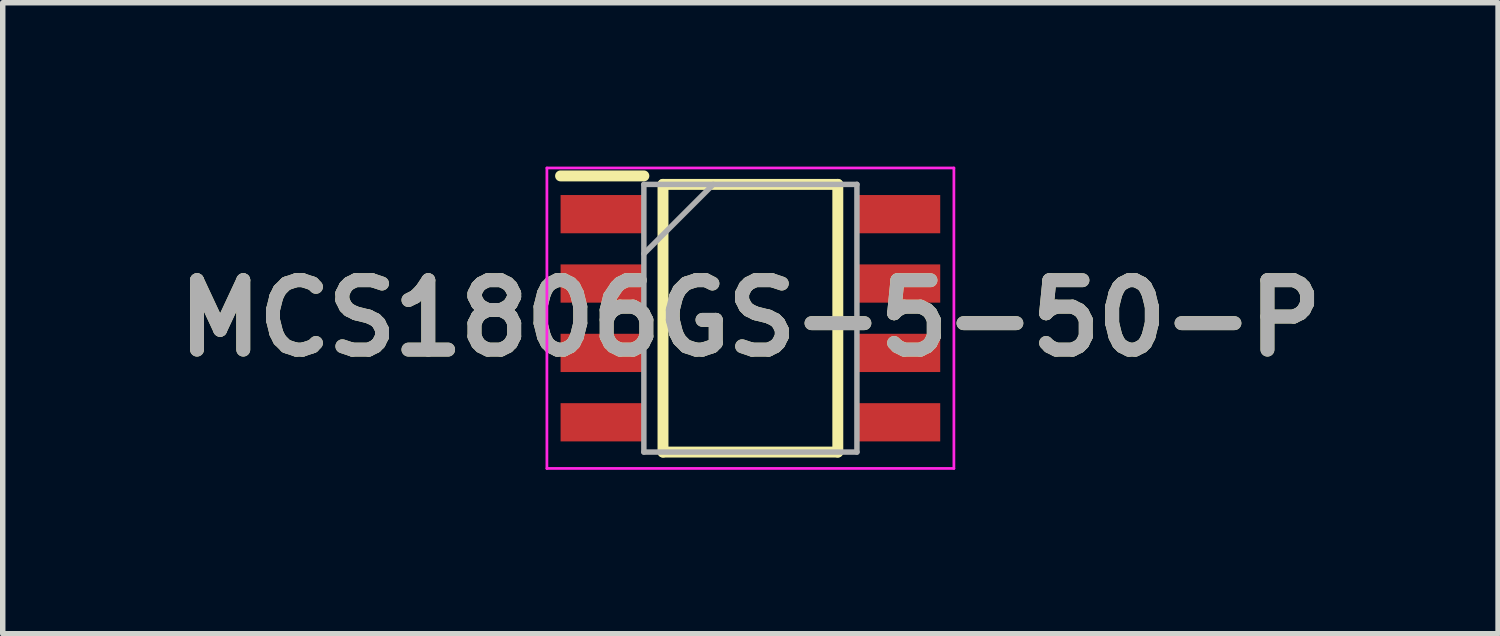
<source format=kicad_pcb>
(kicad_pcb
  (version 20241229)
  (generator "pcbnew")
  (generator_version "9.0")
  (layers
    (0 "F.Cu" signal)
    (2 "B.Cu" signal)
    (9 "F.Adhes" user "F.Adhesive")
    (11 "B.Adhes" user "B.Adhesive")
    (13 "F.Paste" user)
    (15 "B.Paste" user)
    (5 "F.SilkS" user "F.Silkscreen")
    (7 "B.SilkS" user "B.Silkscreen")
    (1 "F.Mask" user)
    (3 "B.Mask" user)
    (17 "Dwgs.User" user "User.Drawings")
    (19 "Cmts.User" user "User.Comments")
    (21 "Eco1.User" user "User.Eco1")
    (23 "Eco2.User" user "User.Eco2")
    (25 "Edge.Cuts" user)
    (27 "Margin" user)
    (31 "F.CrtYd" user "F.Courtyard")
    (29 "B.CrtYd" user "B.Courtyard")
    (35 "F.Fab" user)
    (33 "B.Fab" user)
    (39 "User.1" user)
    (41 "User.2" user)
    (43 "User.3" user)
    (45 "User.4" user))
  (footprint "MCS1806GS-5-50-P"
    (layer "F.Cu")
    (at 10.686 2.775)
    (property "Reference" "MCS1806GS-5-50-P" (at 0 0 0) (layer "F.SilkS") (effects (font (size 1.27 1.27) (thickness 0.254))))
    (attr smd)
    (fp_line (start -3.475 -2.605) (end -1.95 -2.605) (stroke (width 0.2) (type solid)) (layer "F.SilkS"))
    (fp_line (start -1.6 -2.45) (end 1.6 -2.45) (stroke (width 0.2) (type solid)) (layer "F.SilkS"))
    (fp_line (start -1.6 2.45) (end -1.6 -2.45) (stroke (width 0.2) (type solid)) (layer "F.SilkS"))
    (fp_line (start 1.6 -2.45) (end 1.6 2.45) (stroke (width 0.2) (type solid)) (layer "F.SilkS"))
    (fp_line (start 1.6 2.45) (end -1.6 2.45) (stroke (width 0.2) (type solid)) (layer "F.SilkS"))
    (fp_line (start -3.725 -2.75) (end 3.725 -2.75) (stroke (width 0.05) (type solid)) (layer "F.CrtYd"))
    (fp_line (start -3.725 2.75) (end -3.725 -2.75) (stroke (width 0.05) (type solid)) (layer "F.CrtYd"))
    (fp_line (start 3.725 -2.75) (end 3.725 2.75) (stroke (width 0.05) (type solid)) (layer "F.CrtYd"))
    (fp_line (start 3.725 2.75) (end -3.725 2.75) (stroke (width 0.05) (type solid)) (layer "F.CrtYd"))
    (fp_line (start -1.95 -2.45) (end 1.95 -2.45) (stroke (width 0.1) (type solid)) (layer "F.Fab"))
    (fp_line (start -1.95 -1.18) (end -0.68 -2.45) (stroke (width 0.1) (type solid)) (layer "F.Fab"))
    (fp_line (start -1.95 2.45) (end -1.95 -2.45) (stroke (width 0.1) (type solid)) (layer "F.Fab"))
    (fp_line (start 1.95 -2.45) (end 1.95 2.45) (stroke (width 0.1) (type solid)) (layer "F.Fab"))
    (fp_line (start 1.95 2.45) (end -1.95 2.45) (stroke (width 0.1) (type solid)) (layer "F.Fab"))
    (fp_text user "${REFERENCE}" (at 0 0 0) (layer "F.Fab") (effects (font (size 1.27 1.27) (thickness 0.254))))
    (pad "1" smd rect (at -2.712 -1.905 90) (size 0.7 1.525) (layers "F.Cu" "F.Mask" "F.Paste"))
    (pad "2" smd rect (at -2.712 -0.635 90) (size 0.7 1.525) (layers "F.Cu" "F.Mask" "F.Paste"))
    (pad "3" smd rect (at -2.712 0.635 90) (size 0.7 1.525) (layers "F.Cu" "F.Mask" "F.Paste"))
    (pad "4" smd rect (at -2.712 1.905 90) (size 0.7 1.525) (layers "F.Cu" "F.Mask" "F.Paste"))
    (pad "5" smd rect (at 2.712 1.905 90) (size 0.7 1.525) (layers "F.Cu" "F.Mask" "F.Paste"))
    (pad "6" smd rect (at 2.712 0.635 90) (size 0.7 1.525) (layers "F.Cu" "F.Mask" "F.Paste"))
    (pad "7" smd rect (at 2.712 -0.635 90) (size 0.7 1.525) (layers "F.Cu" "F.Mask" "F.Paste"))
    (pad "8" smd rect (at 2.712 -1.905 90) (size 0.7 1.525) (layers "F.Cu" "F.Mask" "F.Paste")))
  (gr_rect
    (start -3 -3)
    (end 24.372 8.55)
    (stroke (width 0.1) (type default))
    (fill no)
    (layer "Edge.Cuts")))
</source>
